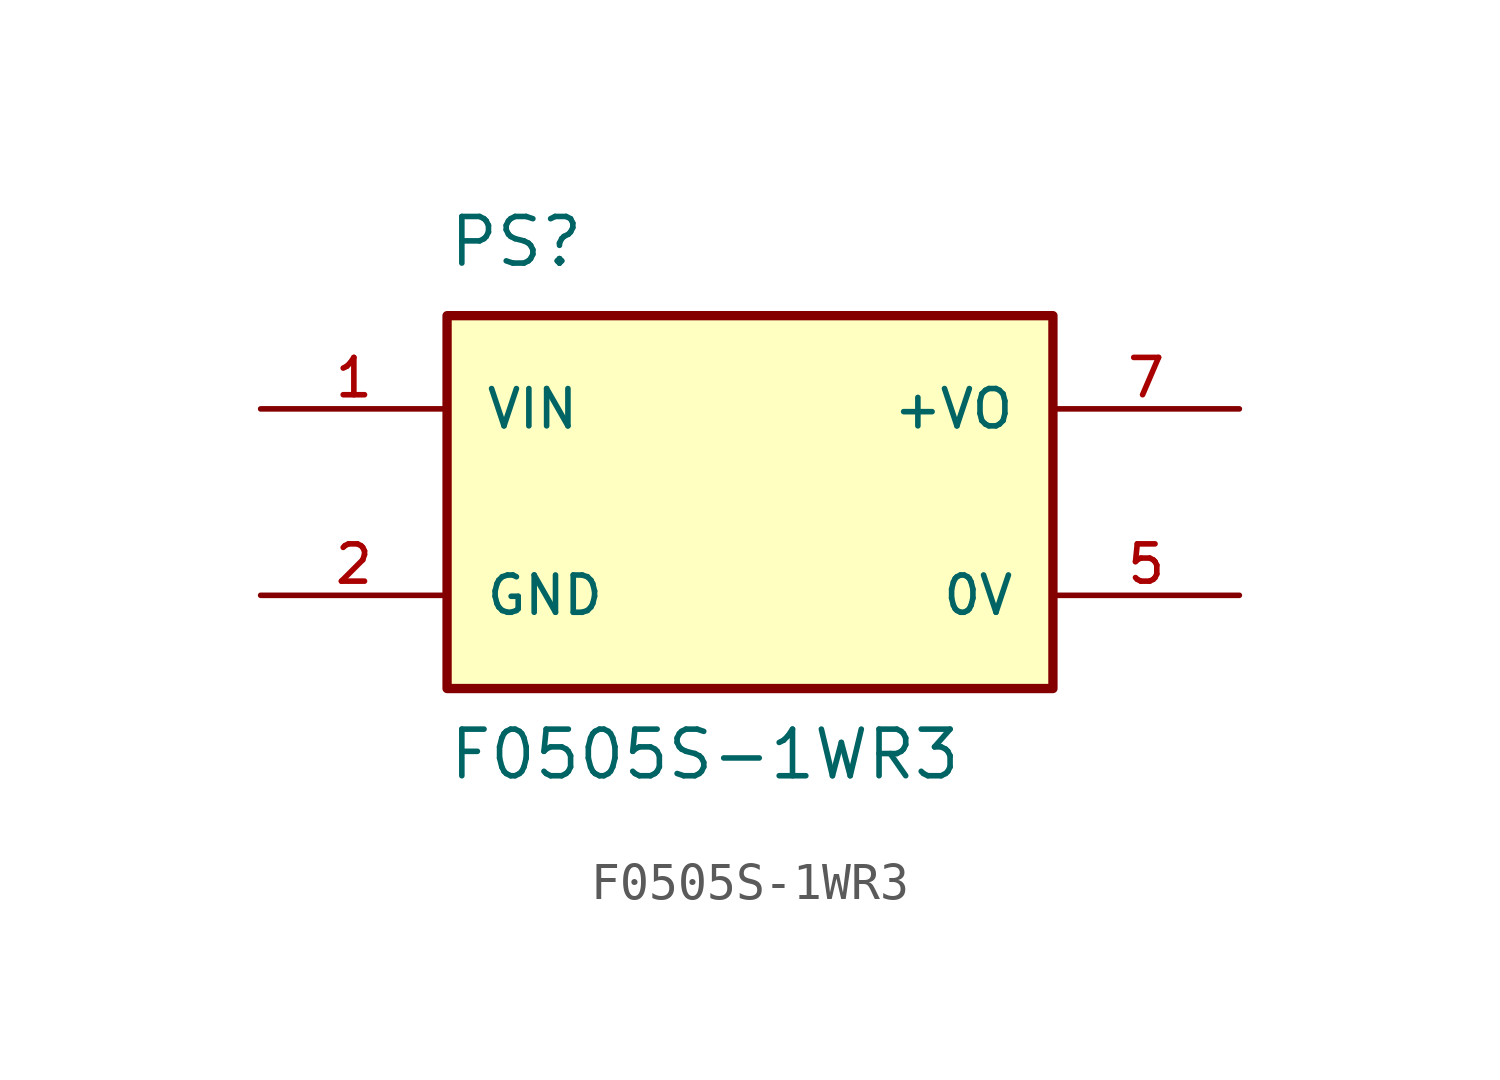
<source format=kicad_sym>
(kicad_symbol_lib
  (version 20220914)
  (generator kicad_symbol_editor)
  (symbol "F0505S-1WR3"
    (pin_names
      (offset 1.016))
    (property "Reference" "PS"
      (at -12.7 6.35 0)
      (effects (font (size 1.27 1.27)) (justify left bottom)))
    (property "Value" "F0505S-1WR3"
      (at -12.7 -7.62 0)
      (effects (font (size 1.27 1.27)) (justify left bottom)))
    (symbol "F0505S-1WR3_0_0"
      (rectangle (start -12.7 5.08) (end 3.81 -5.08) (stroke (width 0.254) (type default)) (fill (type background)))
      (pin input line (at -17.78 2.54 0) (length 5.08) (name "VIN" (effects (font (size 1.016 1.016)))) (number "1" (effects (font (size 1.016 1.016)))))
      (pin power_in line (at -17.78 -2.54 0) (length 5.08) (name "GND" (effects (font (size 1.016 1.016)))) (number "2" (effects (font (size 1.016 1.016))))))
    (symbol "F0505S-1WR3_1_0"
      (pin power_out line (at 8.89 -2.54 180) (length 5.08) (name "0V" (effects (font (size 1.016 1.016)))) (number "5" (effects (font (size 1.016 1.016)))))
      (pin power_out line (at 8.89 2.54 180) (length 5.08) (name "+VO" (effects (font (size 1.016 1.016)))) (number "7" (effects (font (size 1.016 1.016))))))))
</source>
